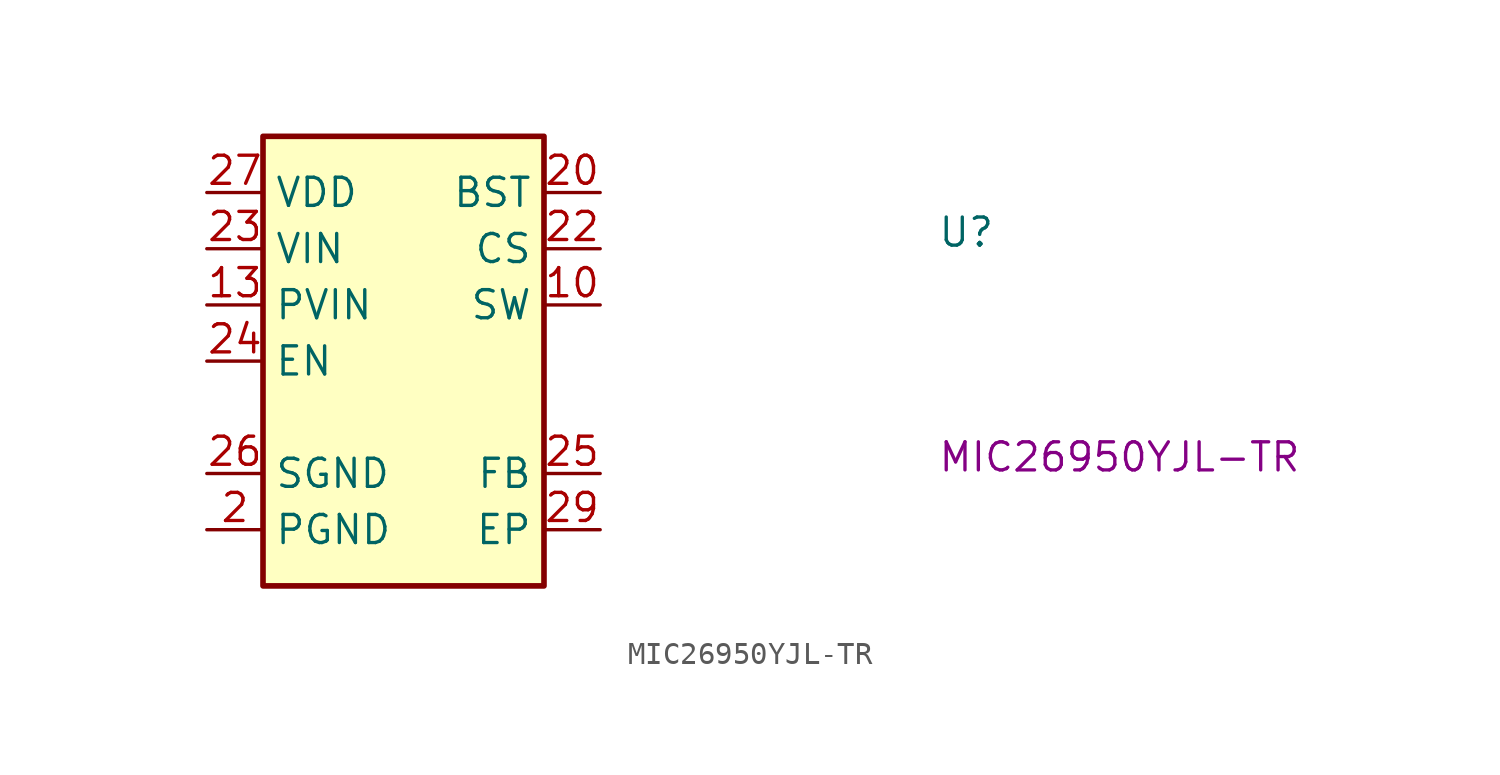
<source format=kicad_sym>
(kicad_symbol_lib
  (version 20211014)
  (generator kicad_symbol_editor)
  (symbol "MIC26950YJL-TR"
    (property "Reference" "U"
      (at 33.02 -2.54 0)
      (effects (font (size 1.27 1.27) (thickness 0.15)) (justify left bottom)))
    (property "MPN" "MIC26950YJL-TR"
      (at 33.02 -12.7 0)
      (effects (font (size 1.27 1.27) (thickness 0.15)) (justify left bottom)))
    (symbol "MIC26950YJL-TR_1_1"
      (rectangle (start 2.54 2.54) (end 15.24 -17.78) (stroke (width 0.254) (type default) (color 0 0 0 0)) (fill (type background)))
      (pin no_connect line (at 2.54 -10.16 0) (length 2.54) hide (name "NC" (effects (font (size 1.27 1.27)))) (number "1" (effects (font (size 1.27 1.27)))))
      (pin output line (at 17.78 -5.08 180) (length 2.54) (name "SW" (effects (font (size 1.27 1.27)))) (number "10" (effects (font (size 1.27 1.27)))))
      (pin passive line (at 17.78 -5.08 180) (length 2.54) hide (name "SW" (effects (font (size 1.27 1.27)))) (number "11" (effects (font (size 1.27 1.27)))))
      (pin passive line (at 17.78 -5.08 180) (length 2.54) hide (name "SW" (effects (font (size 1.27 1.27)))) (number "12" (effects (font (size 1.27 1.27)))))
      (pin input line (at 0 -5.08 0) (length 2.54) (name "PVIN" (effects (font (size 1.27 1.27)))) (number "13" (effects (font (size 1.27 1.27)))))
      (pin passive line (at 0 -5.08 0) (length 2.54) hide (name "PVIN" (effects (font (size 1.27 1.27)))) (number "14" (effects (font (size 1.27 1.27)))))
      (pin passive line (at 0 -5.08 0) (length 2.54) hide (name "PVIN" (effects (font (size 1.27 1.27)))) (number "15" (effects (font (size 1.27 1.27)))))
      (pin passive line (at 0 -5.08 0) (length 2.54) hide (name "PVIN" (effects (font (size 1.27 1.27)))) (number "16" (effects (font (size 1.27 1.27)))))
      (pin passive line (at 0 -5.08 0) (length 2.54) hide (name "PVIN" (effects (font (size 1.27 1.27)))) (number "17" (effects (font (size 1.27 1.27)))))
      (pin passive line (at 0 -5.08 0) (length 2.54) hide (name "PVIN" (effects (font (size 1.27 1.27)))) (number "18" (effects (font (size 1.27 1.27)))))
      (pin passive line (at 0 -5.08 0) (length 2.54) hide (name "PVIN" (effects (font (size 1.27 1.27)))) (number "19" (effects (font (size 1.27 1.27)))))
      (pin power_in line (at 0 -15.24 0) (length 2.54) (name "PGND" (effects (font (size 1.27 1.27)))) (number "2" (effects (font (size 1.27 1.27)))))
      (pin output line (at 17.78 0 180) (length 2.54) (name "BST" (effects (font (size 1.27 1.27)))) (number "20" (effects (font (size 1.27 1.27)))))
      (pin passive line (at 0 -15.24 0) (length 2.54) hide (name "PGND" (effects (font (size 1.27 1.27)))) (number "21" (effects (font (size 1.27 1.27)))))
      (pin input line (at 17.78 -2.54 180) (length 2.54) (name "CS" (effects (font (size 1.27 1.27)))) (number "22" (effects (font (size 1.27 1.27)))))
      (pin input line (at 0 -2.54 0) (length 2.54) (name "VIN" (effects (font (size 1.27 1.27)))) (number "23" (effects (font (size 1.27 1.27)))))
      (pin input line (at 0 -7.62 0) (length 2.54) (name "EN" (effects (font (size 1.27 1.27)))) (number "24" (effects (font (size 1.27 1.27)))))
      (pin input line (at 17.78 -12.7 180) (length 2.54) (name "FB" (effects (font (size 1.27 1.27)))) (number "25" (effects (font (size 1.27 1.27)))))
      (pin power_in line (at 0 -12.7 0) (length 2.54) (name "SGND" (effects (font (size 1.27 1.27)))) (number "26" (effects (font (size 1.27 1.27)))))
      (pin power_in line (at 0 0 0) (length 2.54) (name "VDD" (effects (font (size 1.27 1.27)))) (number "27" (effects (font (size 1.27 1.27)))))
      (pin no_connect line (at 15.24 -10.16 180) (length 2.54) hide (name "NC" (effects (font (size 1.27 1.27)))) (number "28" (effects (font (size 1.27 1.27)))))
      (pin power_in line (at 17.78 -15.24 180) (length 2.54) (name "EP" (effects (font (size 1.27 1.27)))) (number "29" (effects (font (size 1.27 1.27)))))
      (pin no_connect line (at 15.24 -7.62 180) (length 2.54) hide (name "NC" (effects (font (size 1.27 1.27)))) (number "3" (effects (font (size 1.27 1.27)))))
      (pin passive line (at 17.78 -5.08 180) (length 2.54) hide (name "SW" (effects (font (size 1.27 1.27)))) (number "30" (effects (font (size 1.27 1.27)))))
      (pin passive line (at 0 -5.08 0) (length 2.54) hide (name "PVIN" (effects (font (size 1.27 1.27)))) (number "31" (effects (font (size 1.27 1.27)))))
      (pin passive line (at 17.78 -5.08 180) (length 2.54) hide (name "SW" (effects (font (size 1.27 1.27)))) (number "4" (effects (font (size 1.27 1.27)))))
      (pin passive line (at 0 -15.24 0) (length 2.54) hide (name "PGND" (effects (font (size 1.27 1.27)))) (number "5" (effects (font (size 1.27 1.27)))))
      (pin passive line (at 0 -15.24 0) (length 2.54) hide (name "PGND" (effects (font (size 1.27 1.27)))) (number "6" (effects (font (size 1.27 1.27)))))
      (pin passive line (at 0 -15.24 0) (length 2.54) hide (name "PGND" (effects (font (size 1.27 1.27)))) (number "7" (effects (font (size 1.27 1.27)))))
      (pin passive line (at 0 -15.24 0) (length 2.54) hide (name "PGND" (effects (font (size 1.27 1.27)))) (number "8" (effects (font (size 1.27 1.27)))))
      (pin passive line (at 17.78 -5.08 180) (length 2.54) hide (name "SW" (effects (font (size 1.27 1.27)))) (number "9" (effects (font (size 1.27 1.27))))))))
</source>
